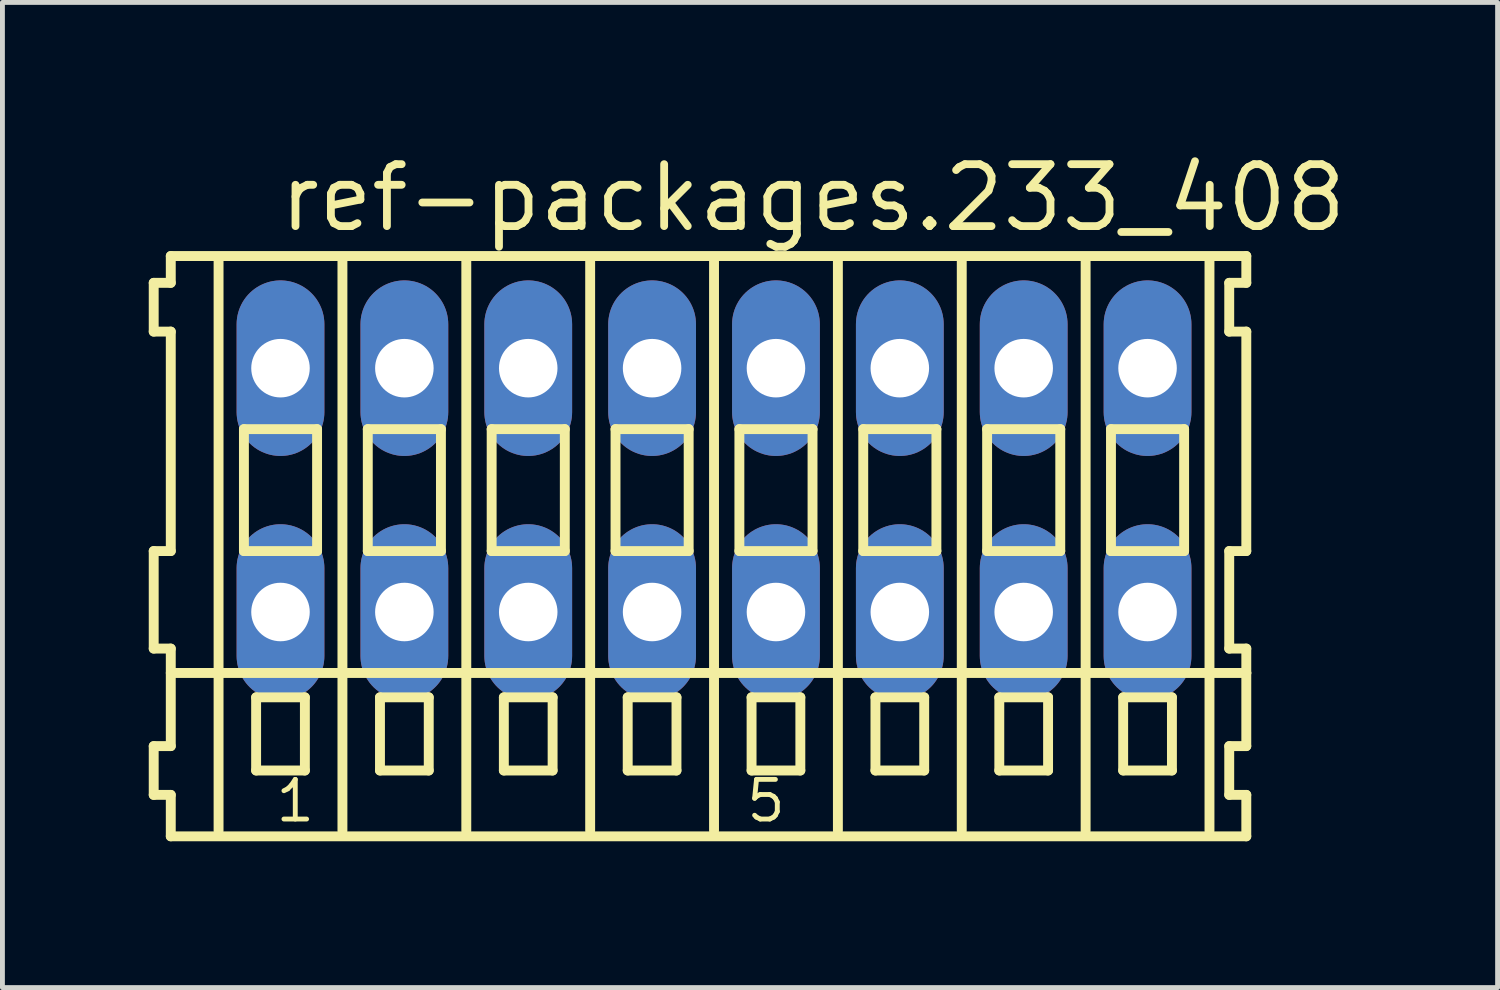
<source format=kicad_pcb>
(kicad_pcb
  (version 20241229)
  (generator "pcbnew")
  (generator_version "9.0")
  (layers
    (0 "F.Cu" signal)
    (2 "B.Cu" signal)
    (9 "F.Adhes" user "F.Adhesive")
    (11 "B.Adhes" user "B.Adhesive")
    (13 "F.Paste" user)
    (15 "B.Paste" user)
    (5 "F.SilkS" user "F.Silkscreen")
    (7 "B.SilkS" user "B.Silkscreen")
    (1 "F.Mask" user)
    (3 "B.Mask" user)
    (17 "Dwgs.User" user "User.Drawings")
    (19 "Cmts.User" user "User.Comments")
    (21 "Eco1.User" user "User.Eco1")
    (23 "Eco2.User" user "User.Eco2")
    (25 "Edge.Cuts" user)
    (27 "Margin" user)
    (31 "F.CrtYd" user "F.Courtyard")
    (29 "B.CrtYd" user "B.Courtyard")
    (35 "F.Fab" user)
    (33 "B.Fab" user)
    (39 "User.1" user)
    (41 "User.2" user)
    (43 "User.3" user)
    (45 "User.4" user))
  (footprint "ref-packages.233_408"
    (layer "F.Cu")
    (at 11.592 7)
    (property "Reference" "ref-packages.233_408" (at -8.99 -5.25 0) (layer "F.SilkS") (effects (font (size 1.27 1.27) (thickness 0.16)) (justify left bottom)))
    (attr through_hole)
    (fp_line (start -11.49 -4.25) (end -11.49 -3.25) (stroke (width 0.203) (type default)) (layer "F.SilkS"))
    (fp_line (start -11.49 -3.25) (end -11.14 -3.25) (stroke (width 0.203) (type default)) (layer "F.SilkS"))
    (fp_line (start -11.49 1.25) (end -11.49 3.25) (stroke (width 0.203) (type default)) (layer "F.SilkS"))
    (fp_line (start -11.49 3.25) (end -11.14 3.25) (stroke (width 0.203) (type default)) (layer "F.SilkS"))
    (fp_line (start -11.49 5.25) (end -11.49 6.25) (stroke (width 0.203) (type default)) (layer "F.SilkS"))
    (fp_line (start -11.49 6.25) (end -11.14 6.25) (stroke (width 0.203) (type default)) (layer "F.SilkS"))
    (fp_line (start -11.14 -4.8) (end -11.14 -4.25) (stroke (width 0.203) (type default)) (layer "F.SilkS"))
    (fp_line (start -11.14 -4.25) (end -11.49 -4.25) (stroke (width 0.203) (type default)) (layer "F.SilkS"))
    (fp_line (start -11.14 -3.25) (end -11.14 1.25) (stroke (width 0.203) (type default)) (layer "F.SilkS"))
    (fp_line (start -11.14 1.25) (end -11.49 1.25) (stroke (width 0.203) (type default)) (layer "F.SilkS"))
    (fp_line (start -11.14 3.25) (end -11.14 5.25) (stroke (width 0.203) (type default)) (layer "F.SilkS"))
    (fp_line (start -11.14 3.75) (end 10.915 3.75) (stroke (width 0.203) (type default)) (layer "F.SilkS"))
    (fp_line (start -11.14 5.25) (end -11.49 5.25) (stroke (width 0.203) (type default)) (layer "F.SilkS"))
    (fp_line (start -11.14 6.25) (end -11.14 7.1) (stroke (width 0.203) (type default)) (layer "F.SilkS"))
    (fp_line (start -11.14 7.1) (end 10.915 7.1) (stroke (width 0.203) (type default)) (layer "F.SilkS"))
    (fp_line (start -10.16 6.985) (end -10.16 -4.699) (stroke (width 0.203) (type default)) (layer "F.SilkS"))
    (fp_line (start -9.64 -1.25) (end -9.64 1.25) (stroke (width 0.203) (type default)) (layer "F.SilkS"))
    (fp_line (start -9.64 1.25) (end -8.14 1.25) (stroke (width 0.203) (type default)) (layer "F.SilkS"))
    (fp_line (start -9.39 4.25) (end -9.39 5.75) (stroke (width 0.203) (type default)) (layer "F.SilkS"))
    (fp_line (start -9.39 5.75) (end -8.39 5.75) (stroke (width 0.203) (type default)) (layer "F.SilkS"))
    (fp_line (start -8.39 4.25) (end -9.39 4.25) (stroke (width 0.203) (type default)) (layer "F.SilkS"))
    (fp_line (start -8.39 5.75) (end -8.39 4.25) (stroke (width 0.203) (type default)) (layer "F.SilkS"))
    (fp_line (start -8.14 -1.25) (end -9.64 -1.25) (stroke (width 0.203) (type default)) (layer "F.SilkS"))
    (fp_line (start -8.14 1.25) (end -8.14 -1.25) (stroke (width 0.203) (type default)) (layer "F.SilkS"))
    (fp_line (start -7.62 6.985) (end -7.62 -4.699) (stroke (width 0.203) (type default)) (layer "F.SilkS"))
    (fp_line (start -7.1 -1.25) (end -7.1 1.25) (stroke (width 0.203) (type default)) (layer "F.SilkS"))
    (fp_line (start -7.1 1.25) (end -5.6 1.25) (stroke (width 0.203) (type default)) (layer "F.SilkS"))
    (fp_line (start -6.85 4.25) (end -6.85 5.75) (stroke (width 0.203) (type default)) (layer "F.SilkS"))
    (fp_line (start -6.85 5.75) (end -5.85 5.75) (stroke (width 0.203) (type default)) (layer "F.SilkS"))
    (fp_line (start -5.85 4.25) (end -6.85 4.25) (stroke (width 0.203) (type default)) (layer "F.SilkS"))
    (fp_line (start -5.85 5.75) (end -5.85 4.25) (stroke (width 0.203) (type default)) (layer "F.SilkS"))
    (fp_line (start -5.6 -1.25) (end -7.1 -1.25) (stroke (width 0.203) (type default)) (layer "F.SilkS"))
    (fp_line (start -5.6 1.25) (end -5.6 -1.25) (stroke (width 0.203) (type default)) (layer "F.SilkS"))
    (fp_line (start -5.08 6.985) (end -5.08 -4.699) (stroke (width 0.203) (type default)) (layer "F.SilkS"))
    (fp_line (start -4.56 -1.25) (end -4.56 1.25) (stroke (width 0.203) (type default)) (layer "F.SilkS"))
    (fp_line (start -4.56 1.25) (end -3.06 1.25) (stroke (width 0.203) (type default)) (layer "F.SilkS"))
    (fp_line (start -4.31 4.25) (end -4.31 5.75) (stroke (width 0.203) (type default)) (layer "F.SilkS"))
    (fp_line (start -4.31 5.75) (end -3.31 5.75) (stroke (width 0.203) (type default)) (layer "F.SilkS"))
    (fp_line (start -3.31 4.25) (end -4.31 4.25) (stroke (width 0.203) (type default)) (layer "F.SilkS"))
    (fp_line (start -3.31 5.75) (end -3.31 4.25) (stroke (width 0.203) (type default)) (layer "F.SilkS"))
    (fp_line (start -3.06 -1.25) (end -4.56 -1.25) (stroke (width 0.203) (type default)) (layer "F.SilkS"))
    (fp_line (start -3.06 1.25) (end -3.06 -1.25) (stroke (width 0.203) (type default)) (layer "F.SilkS"))
    (fp_line (start -2.54 6.985) (end -2.54 -4.699) (stroke (width 0.203) (type default)) (layer "F.SilkS"))
    (fp_line (start -2.02 -1.25) (end -2.02 1.25) (stroke (width 0.203) (type default)) (layer "F.SilkS"))
    (fp_line (start -2.02 1.25) (end -0.52 1.25) (stroke (width 0.203) (type default)) (layer "F.SilkS"))
    (fp_line (start -1.77 4.25) (end -1.77 5.75) (stroke (width 0.203) (type default)) (layer "F.SilkS"))
    (fp_line (start -1.77 5.75) (end -0.77 5.75) (stroke (width 0.203) (type default)) (layer "F.SilkS"))
    (fp_line (start -0.77 4.25) (end -1.77 4.25) (stroke (width 0.203) (type default)) (layer "F.SilkS"))
    (fp_line (start -0.77 5.75) (end -0.77 4.25) (stroke (width 0.203) (type default)) (layer "F.SilkS"))
    (fp_line (start -0.52 -1.25) (end -2.02 -1.25) (stroke (width 0.203) (type default)) (layer "F.SilkS"))
    (fp_line (start -0.52 1.25) (end -0.52 -1.25) (stroke (width 0.203) (type default)) (layer "F.SilkS"))
    (fp_line (start 0 6.985) (end 0 -4.699) (stroke (width 0.203) (type default)) (layer "F.SilkS"))
    (fp_line (start 0.52 -1.25) (end 0.52 1.25) (stroke (width 0.203) (type default)) (layer "F.SilkS"))
    (fp_line (start 0.52 1.25) (end 2.02 1.25) (stroke (width 0.203) (type default)) (layer "F.SilkS"))
    (fp_line (start 0.77 4.25) (end 0.77 5.75) (stroke (width 0.203) (type default)) (layer "F.SilkS"))
    (fp_line (start 0.77 5.75) (end 1.77 5.75) (stroke (width 0.203) (type default)) (layer "F.SilkS"))
    (fp_line (start 1.77 4.25) (end 0.77 4.25) (stroke (width 0.203) (type default)) (layer "F.SilkS"))
    (fp_line (start 1.77 5.75) (end 1.77 4.25) (stroke (width 0.203) (type default)) (layer "F.SilkS"))
    (fp_line (start 2.02 -1.25) (end 0.52 -1.25) (stroke (width 0.203) (type default)) (layer "F.SilkS"))
    (fp_line (start 2.02 1.25) (end 2.02 -1.25) (stroke (width 0.203) (type default)) (layer "F.SilkS"))
    (fp_line (start 2.54 6.985) (end 2.54 -4.699) (stroke (width 0.203) (type default)) (layer "F.SilkS"))
    (fp_line (start 3.06 -1.25) (end 3.06 1.25) (stroke (width 0.203) (type default)) (layer "F.SilkS"))
    (fp_line (start 3.06 1.25) (end 4.56 1.25) (stroke (width 0.203) (type default)) (layer "F.SilkS"))
    (fp_line (start 3.31 4.25) (end 3.31 5.75) (stroke (width 0.203) (type default)) (layer "F.SilkS"))
    (fp_line (start 3.31 5.75) (end 4.31 5.75) (stroke (width 0.203) (type default)) (layer "F.SilkS"))
    (fp_line (start 4.31 4.25) (end 3.31 4.25) (stroke (width 0.203) (type default)) (layer "F.SilkS"))
    (fp_line (start 4.31 5.75) (end 4.31 4.25) (stroke (width 0.203) (type default)) (layer "F.SilkS"))
    (fp_line (start 4.56 -1.25) (end 3.06 -1.25) (stroke (width 0.203) (type default)) (layer "F.SilkS"))
    (fp_line (start 4.56 1.25) (end 4.56 -1.25) (stroke (width 0.203) (type default)) (layer "F.SilkS"))
    (fp_line (start 5.08 6.985) (end 5.08 -4.699) (stroke (width 0.203) (type default)) (layer "F.SilkS"))
    (fp_line (start 5.6 -1.25) (end 5.6 1.25) (stroke (width 0.203) (type default)) (layer "F.SilkS"))
    (fp_line (start 5.6 1.25) (end 7.1 1.25) (stroke (width 0.203) (type default)) (layer "F.SilkS"))
    (fp_line (start 5.85 4.25) (end 5.85 5.75) (stroke (width 0.203) (type default)) (layer "F.SilkS"))
    (fp_line (start 5.85 5.75) (end 6.85 5.75) (stroke (width 0.203) (type default)) (layer "F.SilkS"))
    (fp_line (start 6.85 4.25) (end 5.85 4.25) (stroke (width 0.203) (type default)) (layer "F.SilkS"))
    (fp_line (start 6.85 5.75) (end 6.85 4.25) (stroke (width 0.203) (type default)) (layer "F.SilkS"))
    (fp_line (start 7.1 -1.25) (end 5.6 -1.25) (stroke (width 0.203) (type default)) (layer "F.SilkS"))
    (fp_line (start 7.1 1.25) (end 7.1 -1.25) (stroke (width 0.203) (type default)) (layer "F.SilkS"))
    (fp_line (start 7.62 6.985) (end 7.62 -4.699) (stroke (width 0.203) (type default)) (layer "F.SilkS"))
    (fp_line (start 8.14 -1.25) (end 8.14 1.25) (stroke (width 0.203) (type default)) (layer "F.SilkS"))
    (fp_line (start 8.14 1.25) (end 9.64 1.25) (stroke (width 0.203) (type default)) (layer "F.SilkS"))
    (fp_line (start 8.39 4.25) (end 8.39 5.75) (stroke (width 0.203) (type default)) (layer "F.SilkS"))
    (fp_line (start 8.39 5.75) (end 9.39 5.75) (stroke (width 0.203) (type default)) (layer "F.SilkS"))
    (fp_line (start 9.39 4.25) (end 8.39 4.25) (stroke (width 0.203) (type default)) (layer "F.SilkS"))
    (fp_line (start 9.39 5.75) (end 9.39 4.25) (stroke (width 0.203) (type default)) (layer "F.SilkS"))
    (fp_line (start 9.64 -1.25) (end 8.14 -1.25) (stroke (width 0.203) (type default)) (layer "F.SilkS"))
    (fp_line (start 9.64 1.25) (end 9.64 -1.25) (stroke (width 0.203) (type default)) (layer "F.SilkS"))
    (fp_line (start 10.16 6.985) (end 10.16 -4.699) (stroke (width 0.203) (type default)) (layer "F.SilkS"))
    (fp_line (start 10.565 -4.25) (end 10.565 -3.25) (stroke (width 0.203) (type default)) (layer "F.SilkS"))
    (fp_line (start 10.565 -3.25) (end 10.915 -3.25) (stroke (width 0.203) (type default)) (layer "F.SilkS"))
    (fp_line (start 10.565 1.25) (end 10.565 3.25) (stroke (width 0.203) (type default)) (layer "F.SilkS"))
    (fp_line (start 10.565 3.25) (end 10.915 3.25) (stroke (width 0.203) (type default)) (layer "F.SilkS"))
    (fp_line (start 10.565 5.25) (end 10.565 6.25) (stroke (width 0.203) (type default)) (layer "F.SilkS"))
    (fp_line (start 10.565 6.25) (end 10.915 6.25) (stroke (width 0.203) (type default)) (layer "F.SilkS"))
    (fp_line (start 10.915 -4.8) (end -11.14 -4.8) (stroke (width 0.203) (type default)) (layer "F.SilkS"))
    (fp_line (start 10.915 -4.25) (end 10.565 -4.25) (stroke (width 0.203) (type default)) (layer "F.SilkS"))
    (fp_line (start 10.915 -4.25) (end 10.915 -4.8) (stroke (width 0.203) (type default)) (layer "F.SilkS"))
    (fp_line (start 10.915 1.25) (end 10.565 1.25) (stroke (width 0.203) (type default)) (layer "F.SilkS"))
    (fp_line (start 10.915 1.25) (end 10.915 -3.25) (stroke (width 0.203) (type default)) (layer "F.SilkS"))
    (fp_line (start 10.915 3.75) (end 10.915 3.25) (stroke (width 0.203) (type default)) (layer "F.SilkS"))
    (fp_line (start 10.915 5.25) (end 10.565 5.25) (stroke (width 0.203) (type default)) (layer "F.SilkS"))
    (fp_line (start 10.915 5.25) (end 10.915 3.75) (stroke (width 0.203) (type default)) (layer "F.SilkS"))
    (fp_line (start 10.915 7.1) (end 10.915 6.25) (stroke (width 0.203) (type default)) (layer "F.SilkS"))
    (fp_text user "1" (at -9.04 6.85 0) (layer "F.SilkS") (effects (font (size 0.813 0.813) (thickness 0.1)) (justify left bottom)))
    (fp_text user "5" (at 0.612 6.85 0) (layer "F.SilkS") (effects (font (size 0.813 0.813) (thickness 0.1)) (justify left bottom)))
    (pad "A1" thru_hole oval (at -8.89 -2.5 90) (size 3.6 1.8) (drill 1.2) (layers "*.Cu" "*.Mask"))
    (pad "A2" thru_hole oval (at -6.35 -2.5 90) (size 3.6 1.8) (drill 1.2) (layers "*.Cu" "*.Mask"))
    (pad "A3" thru_hole oval (at -3.81 -2.5 90) (size 3.6 1.8) (drill 1.2) (layers "*.Cu" "*.Mask"))
    (pad "A4" thru_hole oval (at -1.27 -2.5 90) (size 3.6 1.8) (drill 1.2) (layers "*.Cu" "*.Mask"))
    (pad "A5" thru_hole oval (at 1.27 -2.5 90) (size 3.6 1.8) (drill 1.2) (layers "*.Cu" "*.Mask"))
    (pad "A6" thru_hole oval (at 3.81 -2.5 90) (size 3.6 1.8) (drill 1.2) (layers "*.Cu" "*.Mask"))
    (pad "A7" thru_hole oval (at 6.35 -2.5 90) (size 3.6 1.8) (drill 1.2) (layers "*.Cu" "*.Mask"))
    (pad "A8" thru_hole oval (at 8.89 -2.5 90) (size 3.6 1.8) (drill 1.2) (layers "*.Cu" "*.Mask"))
    (pad "B1" thru_hole oval (at -8.89 2.5 90) (size 3.6 1.8) (drill 1.2) (layers "*.Cu" "*.Mask"))
    (pad "B2" thru_hole oval (at -6.35 2.5 90) (size 3.6 1.8) (drill 1.2) (layers "*.Cu" "*.Mask"))
    (pad "B3" thru_hole oval (at -3.81 2.5 90) (size 3.6 1.8) (drill 1.2) (layers "*.Cu" "*.Mask"))
    (pad "B4" thru_hole oval (at -1.27 2.5 90) (size 3.6 1.8) (drill 1.2) (layers "*.Cu" "*.Mask"))
    (pad "B5" thru_hole oval (at 1.27 2.5 90) (size 3.6 1.8) (drill 1.2) (layers "*.Cu" "*.Mask"))
    (pad "B6" thru_hole oval (at 3.81 2.5 90) (size 3.6 1.8) (drill 1.2) (layers "*.Cu" "*.Mask"))
    (pad "B7" thru_hole oval (at 6.35 2.5 90) (size 3.6 1.8) (drill 1.2) (layers "*.Cu" "*.Mask"))
    (pad "B8" thru_hole oval (at 8.89 2.5 90) (size 3.6 1.8) (drill 1.2) (layers "*.Cu" "*.Mask")))
  (gr_rect
    (start -3 -3)
    (end 27.66 17.202)
    (stroke (width 0.1) (type default))
    (fill no)
    (layer "Edge.Cuts")))
</source>
